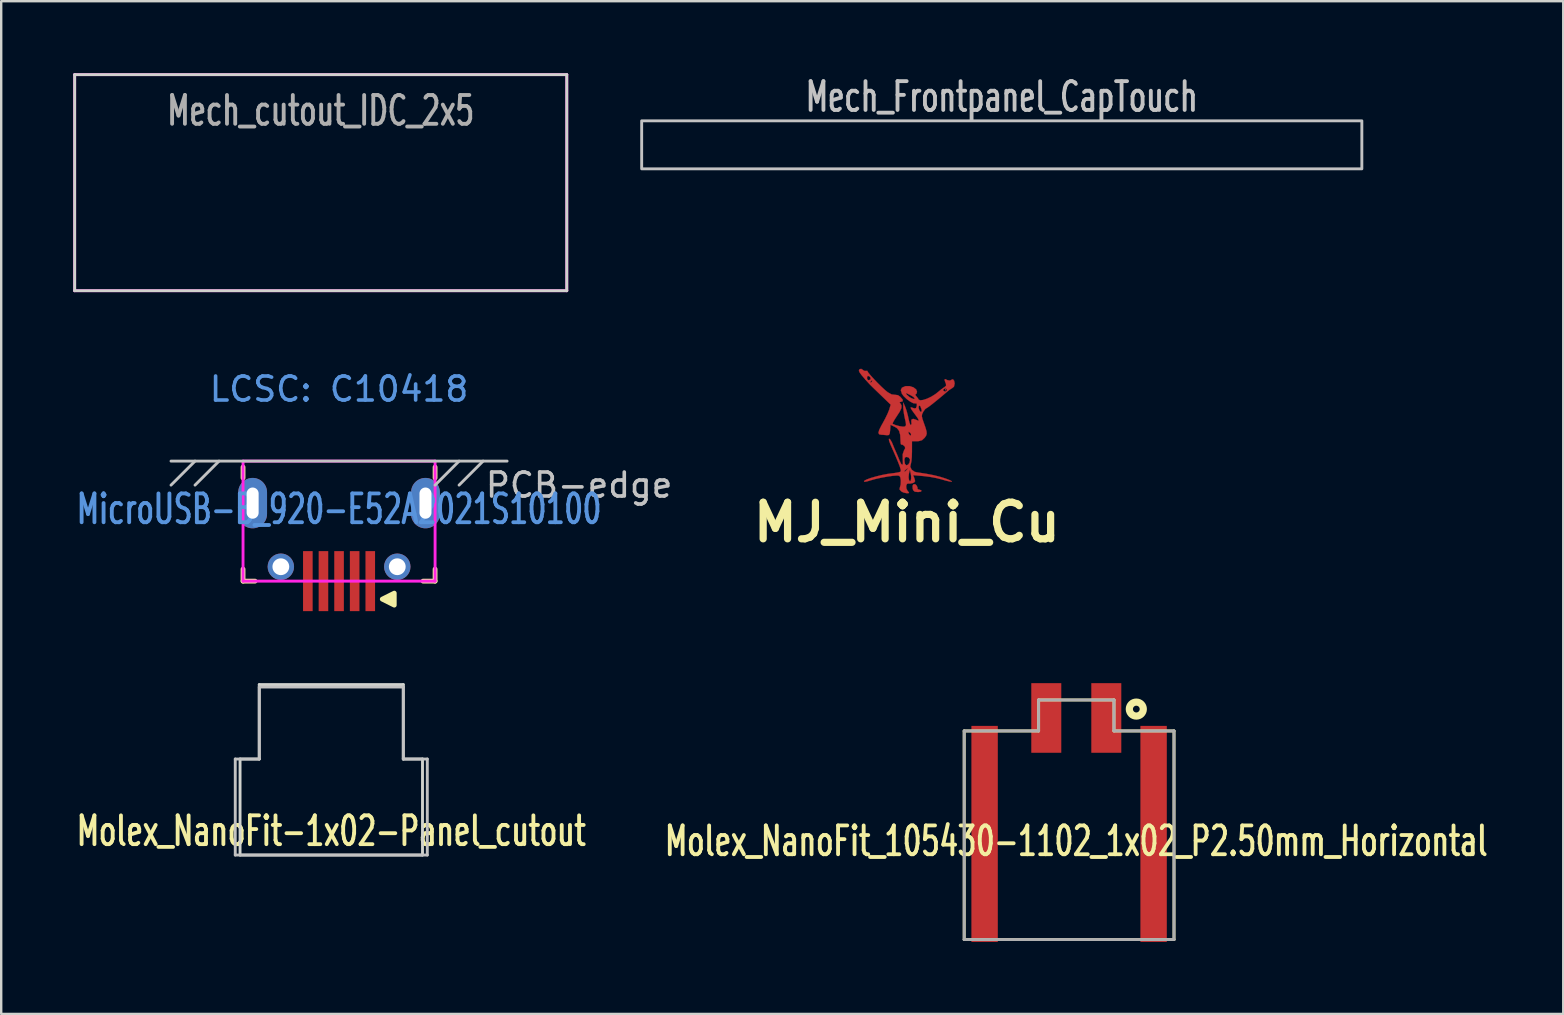
<source format=kicad_pcb>
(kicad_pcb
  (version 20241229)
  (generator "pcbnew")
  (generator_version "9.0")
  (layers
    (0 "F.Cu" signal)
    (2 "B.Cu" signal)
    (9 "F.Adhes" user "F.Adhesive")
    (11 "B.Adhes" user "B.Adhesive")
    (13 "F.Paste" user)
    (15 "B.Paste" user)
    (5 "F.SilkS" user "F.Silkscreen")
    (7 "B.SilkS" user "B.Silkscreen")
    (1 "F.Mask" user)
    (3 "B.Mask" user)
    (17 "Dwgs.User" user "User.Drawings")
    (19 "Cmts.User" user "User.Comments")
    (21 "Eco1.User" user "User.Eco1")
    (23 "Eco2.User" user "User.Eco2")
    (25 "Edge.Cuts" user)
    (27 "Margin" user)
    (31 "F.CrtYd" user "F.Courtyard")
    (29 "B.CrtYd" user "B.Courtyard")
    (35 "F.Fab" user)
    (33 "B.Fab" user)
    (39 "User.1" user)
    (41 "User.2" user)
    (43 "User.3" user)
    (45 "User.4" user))
  (footprint "MicroUSB-B_920-E52A2021S10100"
    (layer "F.Cu")
    (at 11.074 16.158)
    (property "Reference" "MicroUSB-B_920-E52A2021S10100" (at 0 2 0) (unlocked yes) (layer "Cmts.User") (effects (font (size 1.2 0.8) (thickness 0.16))))
    (attr smd)
    (fp_line (start -4 0.7) (end -4 0.25) (stroke (width 0.2) (type solid)) (layer "F.SilkS"))
    (fp_line (start -4 4.5) (end -4 5) (stroke (width 0.2) (type solid)) (layer "F.SilkS"))
    (fp_line (start -4 5) (end -3.5 5) (stroke (width 0.2) (type solid)) (layer "F.SilkS"))
    (fp_line (start 3.5 5) (end 4 5) (stroke (width 0.2) (type solid)) (layer "F.SilkS"))
    (fp_line (start 4 0.7) (end 4 0.25) (stroke (width 0.2) (type solid)) (layer "F.SilkS"))
    (fp_line (start 4 5) (end 4 4.5) (stroke (width 0.2) (type solid)) (layer "F.SilkS"))
    (fp_poly (pts (xy 2.3 6) (xy 1.8 5.75) (xy 2.3 5.5)) (stroke (width 0.2) (type solid)) (fill yes) (layer "F.SilkS"))
    (fp_line (start -7 0) (end 7 0) (stroke (width 0.12) (type solid)) (layer "Dwgs.User"))
    (fp_line (start -7 1) (end -6 0) (stroke (width 0.12) (type solid)) (layer "Dwgs.User"))
    (fp_line (start -6 1) (end -5 0) (stroke (width 0.12) (type solid)) (layer "Dwgs.User"))
    (fp_line (start 4 1) (end 5 0) (stroke (width 0.12) (type solid)) (layer "Dwgs.User"))
    (fp_line (start 5 1) (end 6 0) (stroke (width 0.12) (type solid)) (layer "Dwgs.User"))
    (fp_line (start -4 0) (end -4 5) (stroke (width 0.12) (type solid)) (layer "F.CrtYd"))
    (fp_line (start -4 5) (end 4 5) (stroke (width 0.12) (type solid)) (layer "F.CrtYd"))
    (fp_line (start 4 0) (end -4 0) (stroke (width 0.12) (type solid)) (layer "F.CrtYd"))
    (fp_line (start 4 5) (end 4 0) (stroke (width 0.12) (type solid)) (layer "F.CrtYd"))
    (fp_text user "PCB-edge" (at 10 1 0) (unlocked yes) (layer "Dwgs.User") (effects (font (size 1 1) (thickness 0.15))))
    (fp_text user "LCSC: C10418" (at 0 -3 0) (layer "Cmts.User") (effects (font (size 1 1) (thickness 0.15))))
    (pad "1" smd rect (at 1.3 5) (size 0.4 2.5) (layers "F.Cu" "F.Mask" "F.Paste"))
    (pad "2" smd rect (at 0.65 5) (size 0.4 2.5) (layers "F.Cu" "F.Mask" "F.Paste"))
    (pad "3" smd rect (at 0 5) (size 0.4 2.5) (layers "F.Cu" "F.Mask" "F.Paste"))
    (pad "4" smd rect (at -0.65 5) (size 0.4 2.5) (layers "F.Cu" "F.Mask" "F.Paste"))
    (pad "5" smd rect (at -1.3 5) (size 0.4 2.5) (layers "F.Cu" "F.Mask" "F.Paste"))
    (pad "6" thru_hole oval (at -3.6 1.75) (size 1.2 2.1) (drill oval 0.5 1.3) (layers "*.Cu" "*.Mask" "F.Paste"))
    (pad "6" thru_hole circle (at -2.425 4.4) (size 1.1 1.1) (drill 0.7) (layers "*.Cu" "*.Mask"))
    (pad "6" thru_hole circle (at 2.425 4.4) (size 1.1 1.1) (drill 0.7) (layers "*.Cu" "*.Mask"))
    (pad "6" thru_hole oval (at 3.6 1.75) (size 1.2 2.1) (drill oval 0.5 1.3) (layers "*.Cu" "*.Mask" "F.Paste")))
  (footprint "Molex_NanoFit_105430-1102_1x02_P2.50mm_Horizontal"
    (layer "F.Cu")
    (at 41.785 31.988)
    (property "Reference" "Molex_NanoFit_105430-1102_1x02_P2.50mm_Horizontal" (at 0 0 0) (layer "F.SilkS") (effects (font (size 1.2 0.8) (thickness 0.16))))
    (attr through_hole)
    (fp_line (start -4.67 -4.59) (end -1.57 -4.59) (stroke (width 0.12) (type solid)) (layer "F.SilkS"))
    (fp_line (start -4.67 4.1) (end -4.67 -4.59) (stroke (width 0.12) (type solid)) (layer "F.SilkS"))
    (fp_line (start -1.57 -5.88) (end 1.57 -5.88) (stroke (width 0.12) (type solid)) (layer "F.SilkS"))
    (fp_line (start -1.57 -4.59) (end -1.57 -5.88) (stroke (width 0.12) (type solid)) (layer "F.SilkS"))
    (fp_line (start 1.57 -5.88) (end 1.57 -4.59) (stroke (width 0.12) (type solid)) (layer "F.SilkS"))
    (fp_line (start 1.57 -4.59) (end 4.07 -4.59) (stroke (width 0.12) (type solid)) (layer "F.SilkS"))
    (fp_line (start 4.07 -4.59) (end 4.07 4.1) (stroke (width 0.12) (type solid)) (layer "F.SilkS"))
    (fp_line (start 4.07 4.1) (end -4.67 4.1) (stroke (width 0.12) (type solid)) (layer "F.SilkS"))
    (fp_circle (center 2.5 -5.5) (end 2.641 -5.5) (stroke (width 0.3) (type solid)) (fill no) (layer "F.SilkS"))
    (fp_line (start -4.67 -4.59) (end -1.57 -4.59) (stroke (width 0.12) (type solid)) (layer "F.Fab"))
    (fp_line (start -4.67 4.1) (end -4.67 -4.59) (stroke (width 0.12) (type solid)) (layer "F.Fab"))
    (fp_line (start -1.57 -5.88) (end 1.57 -5.88) (stroke (width 0.12) (type solid)) (layer "F.Fab"))
    (fp_line (start -1.57 -4.59) (end -1.57 -5.88) (stroke (width 0.12) (type solid)) (layer "F.Fab"))
    (fp_line (start 1.57 -5.88) (end 1.57 -4.59) (stroke (width 0.12) (type solid)) (layer "F.Fab"))
    (fp_line (start 1.57 -4.59) (end 4.07 -4.59) (stroke (width 0.12) (type solid)) (layer "F.Fab"))
    (fp_line (start 4.07 -4.59) (end 4.07 4.1) (stroke (width 0.12) (type solid)) (layer "F.Fab"))
    (fp_line (start 4.07 4.1) (end -4.67 4.1) (stroke (width 0.12) (type solid)) (layer "F.Fab"))
    (pad "1" smd rect (at 1.25 -5.13) (size 1.25 2.9) (layers "F.Cu" "F.Mask" "F.Paste"))
    (pad "2" smd rect (at -1.25 -5.13) (size 1.25 2.9) (layers "F.Cu" "F.Mask" "F.Paste"))
    (pad "S1" smd rect (at 3.22 -0.3) (size 1.1 9) (layers "F.Cu" "F.Mask" "F.Paste"))
    (pad "S2" smd rect (at -3.82 -0.3) (size 1.1 9) (layers "F.Cu" "F.Mask" "F.Paste")))
  (footprint "Molex_NanoFit-1x02-Panel_cutout"
    (layer "F.Cu")
    (at 10.75 32.568)
    (property "Reference" "Molex_NanoFit-1x02-Panel_cutout" (at 0 -1 0) (layer "F.SilkS") (effects (font (size 1.2 0.8) (thickness 0.16))))
    (attr exclude_from_pos_files exclude_from_bom)
    (fp_line (start -4 -4) (end -3 -4) (stroke (width 0.12) (type solid)) (layer "Dwgs.User"))
    (fp_line (start -4 0) (end -4 -4) (stroke (width 0.12) (type solid)) (layer "Dwgs.User"))
    (fp_line (start -3 -7) (end 3 -7) (stroke (width 0.12) (type solid)) (layer "Dwgs.User"))
    (fp_line (start -3 -4) (end -3 -7) (stroke (width 0.12) (type solid)) (layer "Dwgs.User"))
    (fp_line (start 3 -7) (end 3 -4) (stroke (width 0.12) (type solid)) (layer "Dwgs.User"))
    (fp_line (start 3 -4) (end 4 -4) (stroke (width 0.12) (type solid)) (layer "Dwgs.User"))
    (fp_line (start 4 -4) (end 4 0) (stroke (width 0.12) (type solid)) (layer "Dwgs.User"))
    (fp_line (start 4 0) (end -4 0) (stroke (width 0.12) (type solid)) (layer "Dwgs.User"))
    (fp_line (start -3.8 -4) (end -3 -4) (stroke (width 0.12) (type solid)) (layer "Edge.Cuts"))
    (fp_line (start -3.8 0) (end -3.8 -4) (stroke (width 0.12) (type solid)) (layer "Edge.Cuts"))
    (fp_line (start -3 -7.1) (end 3 -7.1) (stroke (width 0.12) (type solid)) (layer "Edge.Cuts"))
    (fp_line (start -3 -4) (end -3 -7.1) (stroke (width 0.12) (type solid)) (layer "Edge.Cuts"))
    (fp_line (start 3 -7.1) (end 3 -4) (stroke (width 0.12) (type solid)) (layer "Edge.Cuts"))
    (fp_line (start 3 -4) (end 3.8 -4) (stroke (width 0.12) (type solid)) (layer "Edge.Cuts"))
    (fp_line (start 3.8 -4) (end 3.8 0) (stroke (width 0.12) (type solid)) (layer "Edge.Cuts"))
    (fp_line (start 3.8 0) (end -3.8 0) (stroke (width 0.12) (type solid)) (layer "Edge.Cuts")))
  (footprint "MJ_Mini_Cu"
    (layer "F.Cu")
    (at 34.728 14.906)
    (property "Reference" "MJ_Mini_Cu" (at 0 3.8 0) (layer "F.SilkS") (effects (font (size 1.524 1.524) (thickness 0.3))))
    (attr through_hole)
    (fp_poly (pts (xy 1.64 -1.72) (xy 1.614 -1.693) (xy 1.587 -1.72) (xy 1.614 -1.746) (xy 1.64 -1.72)) (stroke (width 0.01) (type solid)) (fill yes) (layer "F.Cu"))
    (fp_poly (pts (xy 0.358 2.221) (xy 0.402 2.265) (xy 0.444 2.354) (xy 0.442 2.394) (xy 0.461 2.429) (xy 0.496 2.434) (xy 0.588 2.465) (xy 0.609 2.487) (xy 0.587 2.523) (xy 0.48 2.54) (xy 0.459 2.54) (xy 0.328 2.526) (xy 0.264 2.468) (xy 0.241 2.399) (xy 0.237 2.276) (xy 0.284 2.21) (xy 0.358 2.221)) (stroke (width 0.01) (type solid)) (fill yes) (layer "F.Cu"))
    (fp_poly (pts (xy -1.831 -2.547) (xy -1.823 -2.536) (xy -1.751 -2.502) (xy -1.714 -2.508) (xy -1.65 -2.509) (xy -1.64 -2.491) (xy -1.605 -2.43) (xy -1.51 -2.315) (xy -1.375 -2.167) (xy -1.218 -2.003) (xy -1.057 -1.844) (xy -0.91 -1.708) (xy -0.798 -1.616) (xy -0.635 -1.526) (xy -0.507 -1.512) (xy -0.373 -1.495) (xy -0.277 -1.429) (xy -0.179 -1.315) (xy -0.17 -1.242) (xy -0.249 -1.217) (xy -0.307 -1.203) (xy -0.275 -1.154) (xy -0.222 -1.068) (xy -0.228 -0.959) (xy -0.297 -0.809) (xy -0.421 -0.619) (xy -0.519 -0.468) (xy -0.581 -0.354) (xy -0.594 -0.3) (xy -0.593 -0.299) (xy -0.465 -0.246) (xy -0.308 -0.204) (xy -0.166 -0.182) (xy -0.093 -0.187) (xy -0.05 -0.217) (xy -0.037 -0.278) (xy -0.055 -0.396) (xy -0.083 -0.519) (xy -0.123 -0.723) (xy -0.148 -0.915) (xy -0.153 -1.005) (xy -0.15 -1.191) (xy -0.069 -1.005) (xy -0.013 -0.845) (xy 0.042 -0.639) (xy 0.067 -0.518) (xy 0.104 -0.362) (xy 0.143 -0.264) (xy 0.17 -0.245) (xy 0.194 -0.312) (xy 0.185 -0.37) (xy 0.186 -0.472) (xy 0.258 -0.509) (xy 0.374 -0.474) (xy 0.466 -0.434) (xy 0.495 -0.448) (xy 0.459 -0.524) (xy 0.356 -0.67) (xy 0.305 -0.738) (xy 0.194 -0.891) (xy 0.153 -0.973) (xy 0.177 -0.988) (xy 0.189 -0.984) (xy 0.319 -0.943) (xy 0.383 -0.958) (xy 0.388 -0.973) (xy 0.485 -0.973) (xy 0.515 -0.874) (xy 0.566 -0.802) (xy 0.589 -0.794) (xy 0.617 -0.836) (xy 0.606 -0.913) (xy 0.562 -1.031) (xy 0.524 -1.061) (xy 0.498 -1.045) (xy 0.485 -0.973) (xy 0.388 -0.973) (xy 0.411 -1.04) (xy 0.414 -1.053) (xy 0.412 -1.143) (xy 0.36 -1.151) (xy 0.354 -1.149) (xy 0.262 -1.161) (xy 0.13 -1.231) (xy -0.014 -1.338) (xy -0.14 -1.46) (xy -0.208 -1.554) (xy -0.212 -1.567) (xy -0.04 -1.567) (xy -0.002 -1.511) (xy 0.11 -1.413) (xy 0.183 -1.373) (xy 0.281 -1.335) (xy 0.314 -1.334) (xy 0.318 -1.367) (xy 0.318 -1.367) (xy 0.269 -1.423) (xy 0.134 -1.504) (xy -0.026 -1.581) (xy -0.04 -1.567) (xy -0.212 -1.567) (xy -0.255 -1.704) (xy -0.207 -1.807) (xy -0.063 -1.869) (xy -0.054 -1.87) (xy 0.115 -1.872) (xy 0.273 -1.821) (xy 0.386 -1.734) (xy 0.423 -1.639) (xy 0.399 -1.554) (xy 0.367 -1.535) (xy 0.352 -1.505) (xy 0.388 -1.456) (xy 0.463 -1.362) (xy 0.488 -1.314) (xy 0.549 -1.281) (xy 0.674 -1.295) (xy 0.838 -1.348) (xy 1.016 -1.432) (xy 1.184 -1.537) (xy 1.243 -1.583) (xy 1.388 -1.701) (xy 1.406 -1.715) (xy 1.507 -1.715) (xy 1.512 -1.688) (xy 1.588 -1.642) (xy 1.657 -1.674) (xy 1.673 -1.736) (xy 1.619 -1.772) (xy 1.56 -1.765) (xy 1.507 -1.715) (xy 1.406 -1.715) (xy 1.514 -1.796) (xy 1.566 -1.831) (xy 1.631 -1.887) (xy 1.627 -1.965) (xy 1.601 -2.029) (xy 1.565 -2.137) (xy 1.598 -2.165) (xy 1.692 -2.119) (xy 1.798 -2.104) (xy 1.838 -2.127) (xy 1.918 -2.159) (xy 1.969 -2.093) (xy 1.99 -1.984) (xy 1.962 -1.851) (xy 1.897 -1.795) (xy 1.767 -1.712) (xy 1.703 -1.661) (xy 1.475 -1.467) (xy 1.259 -1.288) (xy 1.07 -1.135) (xy 0.922 -1.022) (xy 0.831 -0.96) (xy 0.812 -0.952) (xy 0.758 -0.911) (xy 0.687 -0.81) (xy 0.681 -0.8) (xy 0.634 -0.705) (xy 0.623 -0.619) (xy 0.648 -0.505) (xy 0.697 -0.363) (xy 0.776 -0.139) (xy 0.818 0.012) (xy 0.825 0.115) (xy 0.799 0.196) (xy 0.741 0.279) (xy 0.63 0.382) (xy 0.49 0.421) (xy 0.419 0.423) (xy 0.212 0.423) (xy 0.211 0.86) (xy 0.205 1.072) (xy 0.19 1.248) (xy 0.169 1.357) (xy 0.163 1.371) (xy 0.141 1.49) (xy 0.199 1.608) (xy 0.316 1.694) (xy 0.392 1.715) (xy 0.793 1.777) (xy 1.116 1.839) (xy 1.39 1.908) (xy 1.614 1.979) (xy 1.791 2.048) (xy 1.873 2.092) (xy 1.866 2.11) (xy 1.778 2.101) (xy 1.616 2.063) (xy 1.452 2.015) (xy 1.234 1.96) (xy 0.967 1.91) (xy 0.707 1.877) (xy 0.696 1.876) (xy 0.262 1.838) (xy 0.316 1.979) (xy 0.343 2.086) (xy 0.304 2.141) (xy 0.251 2.165) (xy 0.133 2.19) (xy 0.071 2.185) (xy 0.005 2.199) (xy -0.028 2.279) (xy -0.022 2.387) (xy 0.026 2.487) (xy 0.03 2.491) (xy 0.09 2.565) (xy 0.067 2.59) (xy -0.005 2.591) (xy -0.15 2.558) (xy -0.237 2.511) (xy -0.308 2.428) (xy -0.29 2.34) (xy -0.259 2.228) (xy -0.253 2.073) (xy -0.255 2.051) (xy -0.275 1.919) (xy -0.279 1.914) (xy 0.07 1.914) (xy 0.084 2.024) (xy 0.121 2.093) (xy 0.155 2.077) (xy 0.176 1.999) (xy 0.177 1.88) (xy 0.165 1.798) (xy 0.126 1.614) (xy 0.087 1.764) (xy 0.07 1.914) (xy -0.279 1.914) (xy -0.322 1.863) (xy -0.409 1.852) (xy -0.585 1.865) (xy -0.823 1.899) (xy -1.083 1.947) (xy -1.323 2.001) (xy -1.47 2.042) (xy -1.664 2.099) (xy -1.771 2.115) (xy -1.787 2.088) (xy -1.77 2.069) (xy -1.677 2.018) (xy -1.508 1.956) (xy -1.29 1.893) (xy -1.051 1.834) (xy -0.821 1.789) (xy -0.666 1.767) (xy -0.481 1.744) (xy -0.335 1.717) (xy -0.268 1.695) (xy -0.257 1.673) (xy -0.106 1.673) (xy -0.08 1.689) (xy -0.01 1.621) (xy 0.007 1.601) (xy 0.053 1.538) (xy 0.025 1.551) (xy -0.013 1.581) (xy -0.087 1.646) (xy -0.106 1.673) (xy -0.257 1.673) (xy -0.252 1.664) (xy -0.261 1.594) (xy -0.297 1.475) (xy -0.365 1.298) (xy -0.468 1.051) (xy -0.612 0.723) (xy -0.692 0.542) (xy -0.741 0.409) (xy -0.75 0.329) (xy -0.737 0.318) (xy -0.685 0.362) (xy -0.623 0.473) (xy -0.605 0.516) (xy -0.533 0.693) (xy -0.461 0.859) (xy -0.455 0.873) (xy -0.381 1.042) (xy -0.316 1.205) (xy -0.246 1.358) (xy -0.195 1.41) (xy -0.167 1.362) (xy -0.169 1.214) (xy -0.106 1.214) (xy -0.083 1.363) (xy -0.026 1.428) (xy 0.05 1.4) (xy 0.106 1.322) (xy 0.133 1.194) (xy 0.072 1.103) (xy -0.013 1.077) (xy -0.084 1.104) (xy -0.106 1.211) (xy -0.106 1.214) (xy -0.169 1.214) (xy -0.17 1.213) (xy -0.172 1.189) (xy -0.176 0.97) (xy -0.126 0.818) (xy -0.122 0.812) (xy -0.071 0.715) (xy -0.088 0.648) (xy -0.121 0.612) (xy -0.197 0.563) (xy -0.232 0.567) (xy -0.253 0.543) (xy -0.264 0.443) (xy -0.265 0.412) (xy -0.278 0.163) (xy -0.305 0.061) (xy 0.064 0.061) (xy 0.084 0.124) (xy 0.133 0.184) (xy 0.164 0.182) (xy 0.174 0.126) (xy 0.145 0.082) (xy 0.077 0.026) (xy 0.064 0.061) (xy -0.305 0.061) (xy -0.324 -0.007) (xy -0.412 -0.119) (xy -0.505 -0.176) (xy -0.682 -0.26) (xy -0.698 -0.037) (xy -0.715 0.102) (xy -0.75 0.164) (xy -0.823 0.173) (xy -0.847 0.171) (xy -0.988 0.158) (xy -1.071 0.154) (xy -1.157 0.135) (xy -1.186 0.074) (xy -1.156 -0.041) (xy -1.066 -0.223) (xy -1.011 -0.321) (xy -0.899 -0.527) (xy -0.803 -0.727) (xy -0.74 -0.881) (xy -0.736 -0.895) (xy -0.675 -1.099) (xy -1.091 -1.5) (xy -1.264 -1.667) (xy -1.41 -1.808) (xy -1.51 -1.907) (xy -1.546 -1.943) (xy -1.611 -2.014) (xy -1.522 -2.014) (xy -1.514 -2.011) (xy -1.466 -2.048) (xy -1.455 -2.064) (xy -1.442 -2.113) (xy -1.449 -2.117) (xy -1.497 -2.079) (xy -1.508 -2.064) (xy -1.522 -2.014) (xy -1.611 -2.014) (xy -1.746 -2.163) (xy -1.658 -2.163) (xy -1.603 -2.116) (xy -1.532 -2.138) (xy -1.512 -2.164) (xy -1.521 -2.232) (xy -1.555 -2.271) (xy -1.623 -2.301) (xy -1.657 -2.255) (xy -1.658 -2.163) (xy -1.746 -2.163) (xy -1.751 -2.169) (xy -1.889 -2.331) (xy -1.969 -2.441) (xy -2 -2.51) (xy -1.976 -2.576) (xy -1.904 -2.591) (xy -1.831 -2.547)) (stroke (width 0.01) (type solid)) (fill yes) (layer "F.Cu")))
  (footprint "Mech_Frontpanel_CapTouch"
    (layer "F.Cu")
    (at 38.68 3.983)
    (property "Reference" "Mech_Frontpanel_CapTouch" (at 0 -3 0) (unlocked yes) (layer "Dwgs.User") (effects (font (size 1.2 0.8) (thickness 0.16))))
    (attr exclude_from_pos_files exclude_from_bom)
    (fp_rect (start -15 -2) (end 15 0) (stroke (width 0.12) (type solid)) (fill no) (layer "Dwgs.User")))
  (footprint "Mech_cutout_IDC_2x5"
    (layer "F.Cu")
    (at 10.31 9.06)
    (property "Reference" "Mech_cutout_IDC_2x5" (at 0 -7.5 0) (layer "F.Fab") (effects (font (size 1.2 0.8) (thickness 0.16))))
    (attr through_hole)
    (fp_line (start -10.25 -9) (end -10.25 0) (stroke (width 0.12) (type solid)) (layer "Edge.Cuts"))
    (fp_line (start -10.25 -9) (end 10.25 -9) (stroke (width 0.12) (type solid)) (layer "Edge.Cuts"))
    (fp_line (start -10.25 0) (end 10.25 0) (stroke (width 0.12) (type solid)) (layer "Edge.Cuts"))
    (fp_line (start 10.25 -9) (end 10.25 0) (stroke (width 0.12) (type solid)) (layer "Edge.Cuts"))
    (fp_line (start -10.25 -9) (end -10.25 0) (stroke (width 0.12) (type solid)) (layer "F.CrtYd"))
    (fp_line (start -10.25 -9) (end 10.25 -9) (stroke (width 0.12) (type solid)) (layer "F.CrtYd"))
    (fp_line (start -10.25 0) (end 10.25 0) (stroke (width 0.12) (type solid)) (layer "F.CrtYd"))
    (fp_line (start 10.25 -9) (end 10.25 0) (stroke (width 0.12) (type solid)) (layer "F.CrtYd")))
  (gr_rect
    (start -3 -3)
    (end 62.069 39.188)
    (stroke (width 0.1) (type default))
    (fill no)
    (layer "Edge.Cuts")))
</source>
